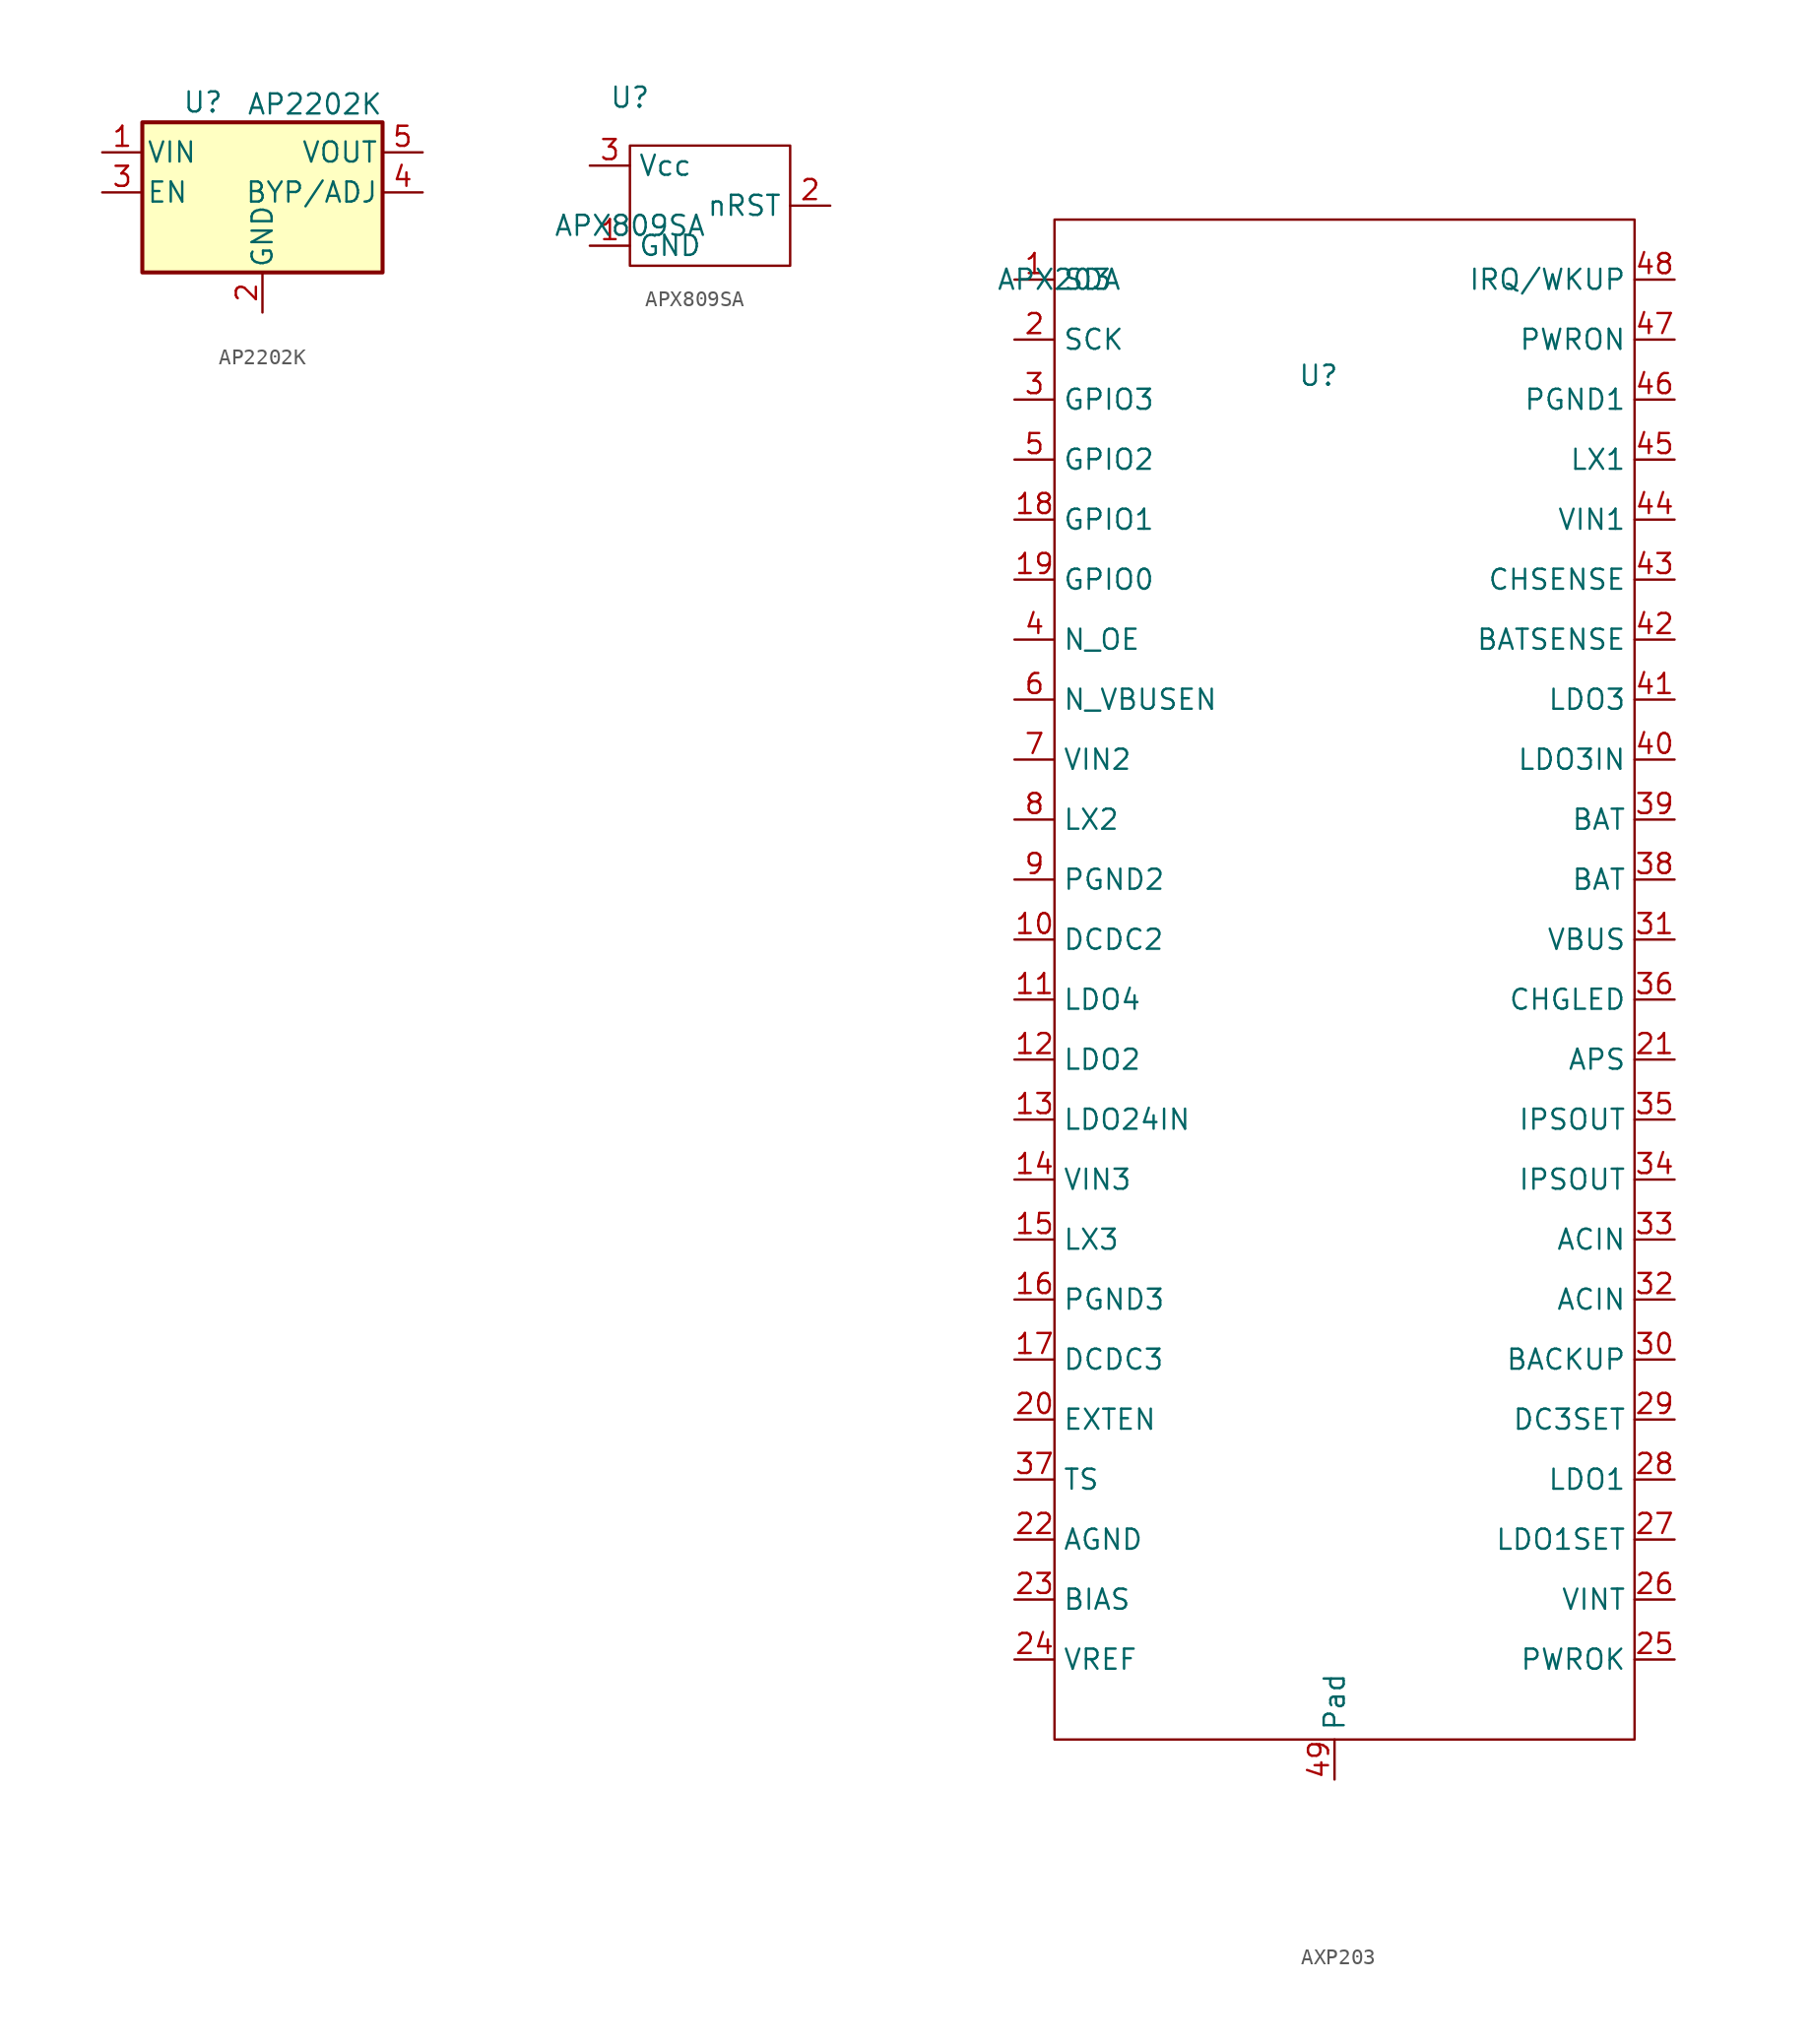
<source format=kicad_sym>
(kicad_symbol_lib
  (version 20231120)
  (generator "kicad_symbol_editor")
  (generator_version "8.0")
  (symbol "AP2202K"
    (pin_names
      (offset 0.254))
    (property "Reference" "U"
      (at -5.08 5.715 0)
      (effects (font (size 1.27 1.27)) (justify left)))
    (property "Value" "AP2202K"
      (at -1.016 5.588 0)
      (effects (font (size 1.27 1.27)) (justify left)))
    (symbol "AP2202K_0_1"
      (rectangle (start -7.62 4.445) (end 7.62 -5.08) (stroke (width 0.254) (type default)) (fill (type background))))
    (symbol "AP2202K_1_1"
      (pin power_in line (at -10.16 2.54 0) (length 2.54) (name "VIN" (effects (font (size 1.27 1.27)))) (number "1" (effects (font (size 1.27 1.27)))))
      (pin power_in line (at 0 -7.62 90) (length 2.54) (name "GND" (effects (font (size 1.27 1.27)))) (number "2" (effects (font (size 1.27 1.27)))))
      (pin input line (at -10.16 0 0) (length 2.54) (name "EN" (effects (font (size 1.27 1.27)))) (number "3" (effects (font (size 1.27 1.27)))))
      (pin input line (at 10.16 0 180) (length 2.54) (name "BYP/ADJ" (effects (font (size 1.27 1.27)))) (number "4" (effects (font (size 1.27 1.27)))))
      (pin power_out line (at 10.16 2.54 180) (length 2.54) (name "VOUT" (effects (font (size 1.27 1.27)))) (number "5" (effects (font (size 1.27 1.27)))))))
  (symbol "APX809SA"
    (property "Reference" "U"
      (at 0 8.128 0)
      (effects (font (size 1.27 1.27))))
    (property "Value" "APX809SA"
      (at 0 0 0)
      (effects (font (size 1.27 1.27))))
    (symbol "APX809SA_0_1"
      (rectangle (start 0 5.08) (end 10.16 -2.54) (stroke (width 0) (type default)) (fill (type none))))
    (symbol "APX809SA_1_1"
      (pin power_in line (at -2.54 -1.27 0) (length 2.54) (name "GND" (effects (font (size 1.27 1.27)))) (number "1" (effects (font (size 1.27 1.27)))))
      (pin output line (at 12.7 1.27 180) (length 2.54) (name "nRST" (effects (font (size 1.27 1.27)))) (number "2" (effects (font (size 1.27 1.27)))))
      (pin power_in line (at -2.54 3.81 0) (length 2.54) (name "Vcc" (effects (font (size 1.27 1.27)))) (number "3" (effects (font (size 1.27 1.27)))))))
  (symbol "AXP203"
    (property "Reference" "U"
      (at 16.764 -9.906 0)
      (effects (font (size 1.27 1.27))))
    (property "Value" "APX203"
      (at 0 -3.81 0)
      (effects (font (size 1.27 1.27))))
    (symbol "AXP203_0_1"
      (rectangle (start 0 0) (end 36.83 -96.52) (stroke (width 0) (type default)) (fill (type none))))
    (symbol "AXP203_1_1"
      (pin input line (at -2.54 -3.81 0) (length 2.54) (name "SDA" (effects (font (size 1.27 1.27)))) (number "1" (effects (font (size 1.27 1.27)))))
      (pin input line (at -2.54 -45.72 0) (length 2.54) (name "DCDC2" (effects (font (size 1.27 1.27)))) (number "10" (effects (font (size 1.27 1.27)))))
      (pin input line (at -2.54 -49.53 0) (length 2.54) (name "LDO4" (effects (font (size 1.27 1.27)))) (number "11" (effects (font (size 1.27 1.27)))))
      (pin input line (at -2.54 -53.34 0) (length 2.54) (name "LDO2" (effects (font (size 1.27 1.27)))) (number "12" (effects (font (size 1.27 1.27)))))
      (pin input line (at -2.54 -57.15 0) (length 2.54) (name "LDO24IN" (effects (font (size 1.27 1.27)))) (number "13" (effects (font (size 1.27 1.27)))))
      (pin input line (at -2.54 -60.96 0) (length 2.54) (name "VIN3" (effects (font (size 1.27 1.27)))) (number "14" (effects (font (size 1.27 1.27)))))
      (pin input line (at -2.54 -64.77 0) (length 2.54) (name "LX3" (effects (font (size 1.27 1.27)))) (number "15" (effects (font (size 1.27 1.27)))))
      (pin input line (at -2.54 -68.58 0) (length 2.54) (name "PGND3" (effects (font (size 1.27 1.27)))) (number "16" (effects (font (size 1.27 1.27)))))
      (pin input line (at -2.54 -72.39 0) (length 2.54) (name "DCDC3" (effects (font (size 1.27 1.27)))) (number "17" (effects (font (size 1.27 1.27)))))
      (pin input line (at -2.54 -19.05 0) (length 2.54) (name "GPIO1" (effects (font (size 1.27 1.27)))) (number "18" (effects (font (size 1.27 1.27)))))
      (pin input line (at -2.54 -22.86 0) (length 2.54) (name "GPIO0" (effects (font (size 1.27 1.27)))) (number "19" (effects (font (size 1.27 1.27)))))
      (pin input line (at -2.54 -7.62 0) (length 2.54) (name "SCK" (effects (font (size 1.27 1.27)))) (number "2" (effects (font (size 1.27 1.27)))))
      (pin input line (at -2.54 -76.2 0) (length 2.54) (name "EXTEN" (effects (font (size 1.27 1.27)))) (number "20" (effects (font (size 1.27 1.27)))))
      (pin input line (at 39.37 -53.34 180) (length 2.54) (name "APS" (effects (font (size 1.27 1.27)))) (number "21" (effects (font (size 1.27 1.27)))))
      (pin input line (at -2.54 -83.82 0) (length 2.54) (name "AGND" (effects (font (size 1.27 1.27)))) (number "22" (effects (font (size 1.27 1.27)))))
      (pin input line (at -2.54 -87.63 0) (length 2.54) (name "BIAS" (effects (font (size 1.27 1.27)))) (number "23" (effects (font (size 1.27 1.27)))))
      (pin input line (at -2.54 -91.44 0) (length 2.54) (name "VREF" (effects (font (size 1.27 1.27)))) (number "24" (effects (font (size 1.27 1.27)))))
      (pin input line (at 39.37 -91.44 180) (length 2.54) (name "PWROK" (effects (font (size 1.27 1.27)))) (number "25" (effects (font (size 1.27 1.27)))))
      (pin input line (at 39.37 -87.63 180) (length 2.54) (name "VINT" (effects (font (size 1.27 1.27)))) (number "26" (effects (font (size 1.27 1.27)))))
      (pin input line (at 39.37 -83.82 180) (length 2.54) (name "LDO1SET" (effects (font (size 1.27 1.27)))) (number "27" (effects (font (size 1.27 1.27)))))
      (pin input line (at 39.37 -80.01 180) (length 2.54) (name "LDO1" (effects (font (size 1.27 1.27)))) (number "28" (effects (font (size 1.27 1.27)))))
      (pin input line (at 39.37 -76.2 180) (length 2.54) (name "DC3SET" (effects (font (size 1.27 1.27)))) (number "29" (effects (font (size 1.27 1.27)))))
      (pin input line (at -2.54 -11.43 0) (length 2.54) (name "GPIO3" (effects (font (size 1.27 1.27)))) (number "3" (effects (font (size 1.27 1.27)))))
      (pin input line (at 39.37 -72.39 180) (length 2.54) (name "BACKUP" (effects (font (size 1.27 1.27)))) (number "30" (effects (font (size 1.27 1.27)))))
      (pin input line (at 39.37 -45.72 180) (length 2.54) (name "VBUS" (effects (font (size 1.27 1.27)))) (number "31" (effects (font (size 1.27 1.27)))))
      (pin input line (at 39.37 -68.58 180) (length 2.54) (name "ACIN" (effects (font (size 1.27 1.27)))) (number "32" (effects (font (size 1.27 1.27)))))
      (pin input line (at 39.37 -64.77 180) (length 2.54) (name "ACIN" (effects (font (size 1.27 1.27)))) (number "33" (effects (font (size 1.27 1.27)))))
      (pin input line (at 39.37 -60.96 180) (length 2.54) (name "IPSOUT" (effects (font (size 1.27 1.27)))) (number "34" (effects (font (size 1.27 1.27)))))
      (pin input line (at 39.37 -57.15 180) (length 2.54) (name "IPSOUT" (effects (font (size 1.27 1.27)))) (number "35" (effects (font (size 1.27 1.27)))))
      (pin input line (at 39.37 -49.53 180) (length 2.54) (name "CHGLED" (effects (font (size 1.27 1.27)))) (number "36" (effects (font (size 1.27 1.27)))))
      (pin input line (at -2.54 -80.01 0) (length 2.54) (name "TS" (effects (font (size 1.27 1.27)))) (number "37" (effects (font (size 1.27 1.27)))))
      (pin input line (at 39.37 -41.91 180) (length 2.54) (name "BAT" (effects (font (size 1.27 1.27)))) (number "38" (effects (font (size 1.27 1.27)))))
      (pin input line (at 39.37 -38.1 180) (length 2.54) (name "BAT" (effects (font (size 1.27 1.27)))) (number "39" (effects (font (size 1.27 1.27)))))
      (pin input line (at -2.54 -26.67 0) (length 2.54) (name "N_OE" (effects (font (size 1.27 1.27)))) (number "4" (effects (font (size 1.27 1.27)))))
      (pin input line (at 39.37 -34.29 180) (length 2.54) (name "LDO3IN" (effects (font (size 1.27 1.27)))) (number "40" (effects (font (size 1.27 1.27)))))
      (pin input line (at 39.37 -30.48 180) (length 2.54) (name "LDO3" (effects (font (size 1.27 1.27)))) (number "41" (effects (font (size 1.27 1.27)))))
      (pin input line (at 39.37 -26.67 180) (length 2.54) (name "BATSENSE" (effects (font (size 1.27 1.27)))) (number "42" (effects (font (size 1.27 1.27)))))
      (pin input line (at 39.37 -22.86 180) (length 2.54) (name "CHSENSE" (effects (font (size 1.27 1.27)))) (number "43" (effects (font (size 1.27 1.27)))))
      (pin input line (at 39.37 -19.05 180) (length 2.54) (name "VIN1" (effects (font (size 1.27 1.27)))) (number "44" (effects (font (size 1.27 1.27)))))
      (pin input line (at 39.37 -15.24 180) (length 2.54) (name "LX1" (effects (font (size 1.27 1.27)))) (number "45" (effects (font (size 1.27 1.27)))))
      (pin input line (at 39.37 -11.43 180) (length 2.54) (name "PGND1" (effects (font (size 1.27 1.27)))) (number "46" (effects (font (size 1.27 1.27)))))
      (pin input line (at 39.37 -7.62 180) (length 2.54) (name "PWRON" (effects (font (size 1.27 1.27)))) (number "47" (effects (font (size 1.27 1.27)))))
      (pin input line (at 39.37 -3.81 180) (length 2.54) (name "IRQ/WKUP" (effects (font (size 1.27 1.27)))) (number "48" (effects (font (size 1.27 1.27)))))
      (pin input line (at 17.78 -99.06 90) (length 2.54) (name "Pad" (effects (font (size 1.27 1.27)))) (number "49" (effects (font (size 1.27 1.27)))))
      (pin input line (at -2.54 -15.24 0) (length 2.54) (name "GPIO2" (effects (font (size 1.27 1.27)))) (number "5" (effects (font (size 1.27 1.27)))))
      (pin input line (at -2.54 -30.48 0) (length 2.54) (name "N_VBUSEN" (effects (font (size 1.27 1.27)))) (number "6" (effects (font (size 1.27 1.27)))))
      (pin input line (at -2.54 -34.29 0) (length 2.54) (name "VIN2" (effects (font (size 1.27 1.27)))) (number "7" (effects (font (size 1.27 1.27)))))
      (pin input line (at -2.54 -38.1 0) (length 2.54) (name "LX2" (effects (font (size 1.27 1.27)))) (number "8" (effects (font (size 1.27 1.27)))))
      (pin input line (at -2.54 -41.91 0) (length 2.54) (name "PGND2" (effects (font (size 1.27 1.27)))) (number "9" (effects (font (size 1.27 1.27))))))))
</source>
